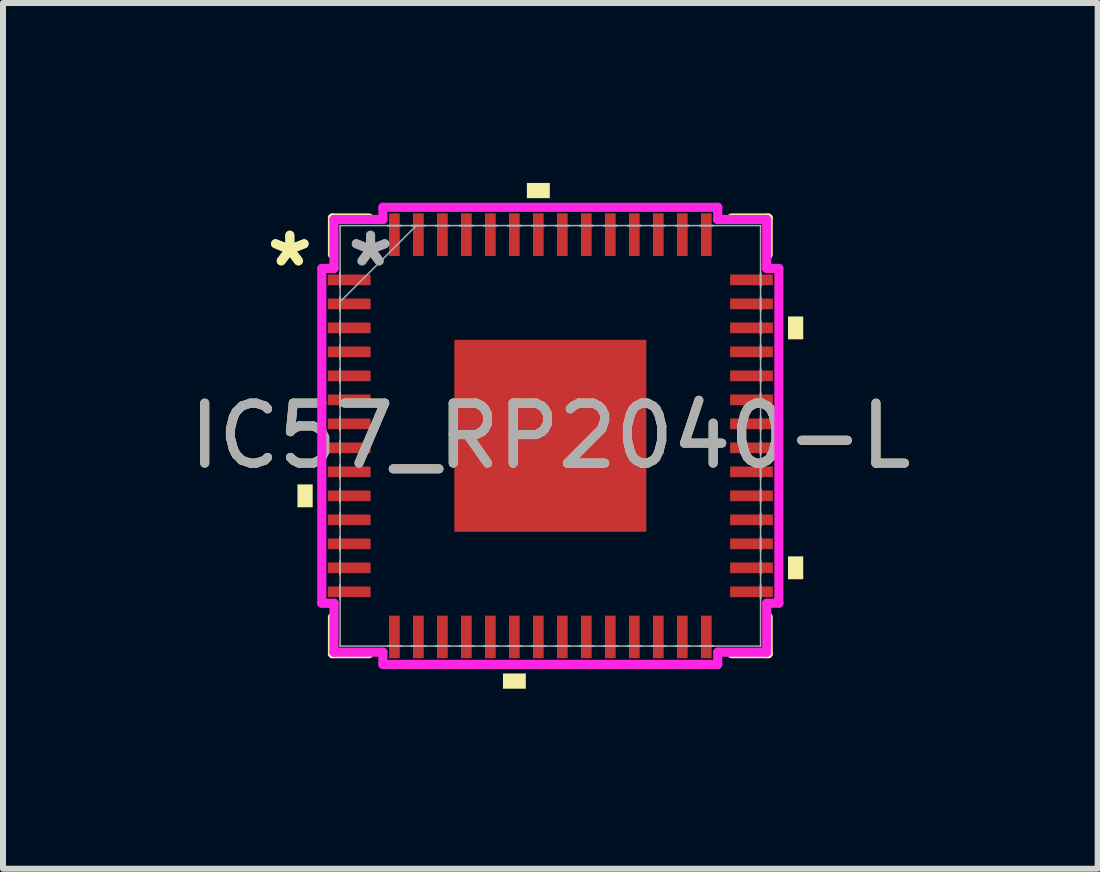
<source format=kicad_pcb>
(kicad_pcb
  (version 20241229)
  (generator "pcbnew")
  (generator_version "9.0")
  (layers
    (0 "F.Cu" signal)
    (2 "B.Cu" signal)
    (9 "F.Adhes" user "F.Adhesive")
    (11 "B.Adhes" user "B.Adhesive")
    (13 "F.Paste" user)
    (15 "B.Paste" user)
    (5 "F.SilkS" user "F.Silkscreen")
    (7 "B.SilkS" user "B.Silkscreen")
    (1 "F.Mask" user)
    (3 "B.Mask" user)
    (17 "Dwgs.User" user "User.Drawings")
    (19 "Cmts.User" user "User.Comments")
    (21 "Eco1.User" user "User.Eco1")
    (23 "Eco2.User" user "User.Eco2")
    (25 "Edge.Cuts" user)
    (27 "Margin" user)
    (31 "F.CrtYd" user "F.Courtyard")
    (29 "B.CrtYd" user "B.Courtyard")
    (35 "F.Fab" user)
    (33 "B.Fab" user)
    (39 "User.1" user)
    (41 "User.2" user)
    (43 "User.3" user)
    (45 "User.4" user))
  (footprint "IC57_RP2040-L"
    (layer "F.Cu")
    (at 6.125 4.216)
    (property "Reference" "IC57_RP2040-L" (at 0 0 0) (unlocked yes) (layer "F.SilkS") (effects (font (size 1 1) (thickness 0.15))))
    (attr smd)
    (fp_line (start -3.632 -3.632) (end -3.632 -3.022) (stroke (width 0.152) (type solid)) (layer "F.SilkS"))
    (fp_line (start -3.632 3.022) (end -3.632 3.632) (stroke (width 0.152) (type solid)) (layer "F.SilkS"))
    (fp_line (start -3.632 3.632) (end -3.022 3.632) (stroke (width 0.152) (type solid)) (layer "F.SilkS"))
    (fp_line (start -3.022 -3.632) (end -3.632 -3.632) (stroke (width 0.152) (type solid)) (layer "F.SilkS"))
    (fp_line (start 3.022 3.632) (end 3.632 3.632) (stroke (width 0.152) (type solid)) (layer "F.SilkS"))
    (fp_line (start 3.632 -3.632) (end 3.022 -3.632) (stroke (width 0.152) (type solid)) (layer "F.SilkS"))
    (fp_line (start 3.632 -3.022) (end 3.632 -3.632) (stroke (width 0.152) (type solid)) (layer "F.SilkS"))
    (fp_line (start 3.632 3.632) (end 3.632 3.022) (stroke (width 0.152) (type solid)) (layer "F.SilkS"))
    (fp_poly (pts (xy -4.216 0.81) (xy -4.216 1.191) (xy -3.962 1.191) (xy -3.962 0.81)) (stroke (width 0) (type solid)) (fill yes) (layer "F.SilkS"))
    (fp_poly (pts (xy -0.79 3.962) (xy -0.79 4.216) (xy -0.409 4.216) (xy -0.409 3.962)) (stroke (width 0) (type solid)) (fill yes) (layer "F.SilkS"))
    (fp_poly (pts (xy -0.391 -3.962) (xy -0.391 -4.216) (xy -0.009 -4.216) (xy -0.009 -3.962)) (stroke (width 0) (type solid)) (fill yes) (layer "F.SilkS"))
    (fp_poly (pts (xy 4.216 -1.99) (xy 4.216 -1.609) (xy 3.962 -1.609) (xy 3.962 -1.99)) (stroke (width 0) (type solid)) (fill yes) (layer "F.SilkS"))
    (fp_poly (pts (xy 4.216 2.01) (xy 4.216 2.391) (xy 3.962 2.391) (xy 3.962 2.01)) (stroke (width 0) (type solid)) (fill yes) (layer "F.SilkS"))
    (fp_poly (pts (xy -1.5 -1.5) (xy -1.5 -0.1) (xy -0.1 -0.1) (xy -0.1 -1.5)) (stroke (width 0) (type solid)) (fill yes) (layer "F.Paste"))
    (fp_poly (pts (xy -1.5 0.1) (xy -1.5 1.5) (xy -0.1 1.5) (xy -0.1 0.1)) (stroke (width 0) (type solid)) (fill yes) (layer "F.Paste"))
    (fp_poly (pts (xy 0.1 -1.5) (xy 0.1 -0.1) (xy 1.5 -0.1) (xy 1.5 -1.5)) (stroke (width 0) (type solid)) (fill yes) (layer "F.Paste"))
    (fp_poly (pts (xy 0.1 0.1) (xy 0.1 1.5) (xy 1.5 1.5) (xy 1.5 0.1)) (stroke (width 0) (type solid)) (fill yes) (layer "F.Paste"))
    (fp_line (start -3.81 -2.791) (end -3.607 -2.791) (stroke (width 0.152) (type solid)) (layer "F.CrtYd"))
    (fp_line (start -3.81 2.791) (end -3.81 -2.791) (stroke (width 0.152) (type solid)) (layer "F.CrtYd"))
    (fp_line (start -3.607 -3.607) (end -2.791 -3.607) (stroke (width 0.152) (type solid)) (layer "F.CrtYd"))
    (fp_line (start -3.607 -2.791) (end -3.607 -3.607) (stroke (width 0.152) (type solid)) (layer "F.CrtYd"))
    (fp_line (start -3.607 2.791) (end -3.81 2.791) (stroke (width 0.152) (type solid)) (layer "F.CrtYd"))
    (fp_line (start -3.607 3.607) (end -3.607 2.791) (stroke (width 0.152) (type solid)) (layer "F.CrtYd"))
    (fp_line (start -2.791 -3.81) (end 2.791 -3.81) (stroke (width 0.152) (type solid)) (layer "F.CrtYd"))
    (fp_line (start -2.791 -3.607) (end -2.791 -3.81) (stroke (width 0.152) (type solid)) (layer "F.CrtYd"))
    (fp_line (start -2.791 3.607) (end -3.607 3.607) (stroke (width 0.152) (type solid)) (layer "F.CrtYd"))
    (fp_line (start -2.791 3.81) (end -2.791 3.607) (stroke (width 0.152) (type solid)) (layer "F.CrtYd"))
    (fp_line (start 2.791 -3.81) (end 2.791 -3.607) (stroke (width 0.152) (type solid)) (layer "F.CrtYd"))
    (fp_line (start 2.791 -3.607) (end 3.607 -3.607) (stroke (width 0.152) (type solid)) (layer "F.CrtYd"))
    (fp_line (start 2.791 3.607) (end 2.791 3.81) (stroke (width 0.152) (type solid)) (layer "F.CrtYd"))
    (fp_line (start 2.791 3.81) (end -2.791 3.81) (stroke (width 0.152) (type solid)) (layer "F.CrtYd"))
    (fp_line (start 3.607 -3.607) (end 3.607 -2.791) (stroke (width 0.152) (type solid)) (layer "F.CrtYd"))
    (fp_line (start 3.607 -2.791) (end 3.81 -2.791) (stroke (width 0.152) (type solid)) (layer "F.CrtYd"))
    (fp_line (start 3.607 2.791) (end 3.607 3.607) (stroke (width 0.152) (type solid)) (layer "F.CrtYd"))
    (fp_line (start 3.607 3.607) (end 2.791 3.607) (stroke (width 0.152) (type solid)) (layer "F.CrtYd"))
    (fp_line (start 3.81 -2.791) (end 3.81 2.791) (stroke (width 0.152) (type solid)) (layer "F.CrtYd"))
    (fp_line (start 3.81 2.791) (end 3.607 2.791) (stroke (width 0.152) (type solid)) (layer "F.CrtYd"))
    (fp_line (start -3.505 -3.505) (end -3.505 -3.505) (stroke (width 0.025) (type solid)) (layer "F.Fab"))
    (fp_line (start -3.505 -3.505) (end -3.505 3.505) (stroke (width 0.025) (type solid)) (layer "F.Fab"))
    (fp_line (start -3.505 -2.714) (end -3.505 -2.714) (stroke (width 0.025) (type solid)) (layer "F.Fab"))
    (fp_line (start -3.505 -2.714) (end -3.505 -2.486) (stroke (width 0.025) (type solid)) (layer "F.Fab"))
    (fp_line (start -3.505 -2.486) (end -3.505 -2.714) (stroke (width 0.025) (type solid)) (layer "F.Fab"))
    (fp_line (start -3.505 -2.486) (end -3.505 -2.486) (stroke (width 0.025) (type solid)) (layer "F.Fab"))
    (fp_line (start -3.505 -2.314) (end -3.505 -2.314) (stroke (width 0.025) (type solid)) (layer "F.Fab"))
    (fp_line (start -3.505 -2.314) (end -3.505 -2.086) (stroke (width 0.025) (type solid)) (layer "F.Fab"))
    (fp_line (start -3.505 -2.235) (end -2.235 -3.505) (stroke (width 0.025) (type solid)) (layer "F.Fab"))
    (fp_line (start -3.505 -2.086) (end -3.505 -2.314) (stroke (width 0.025) (type solid)) (layer "F.Fab"))
    (fp_line (start -3.505 -2.086) (end -3.505 -2.086) (stroke (width 0.025) (type solid)) (layer "F.Fab"))
    (fp_line (start -3.505 -1.914) (end -3.505 -1.914) (stroke (width 0.025) (type solid)) (layer "F.Fab"))
    (fp_line (start -3.505 -1.914) (end -3.505 -1.686) (stroke (width 0.025) (type solid)) (layer "F.Fab"))
    (fp_line (start -3.505 -1.686) (end -3.505 -1.914) (stroke (width 0.025) (type solid)) (layer "F.Fab"))
    (fp_line (start -3.505 -1.686) (end -3.505 -1.686) (stroke (width 0.025) (type solid)) (layer "F.Fab"))
    (fp_line (start -3.505 -1.514) (end -3.505 -1.514) (stroke (width 0.025) (type solid)) (layer "F.Fab"))
    (fp_line (start -3.505 -1.514) (end -3.505 -1.286) (stroke (width 0.025) (type solid)) (layer "F.Fab"))
    (fp_line (start -3.505 -1.286) (end -3.505 -1.514) (stroke (width 0.025) (type solid)) (layer "F.Fab"))
    (fp_line (start -3.505 -1.286) (end -3.505 -1.286) (stroke (width 0.025) (type solid)) (layer "F.Fab"))
    (fp_line (start -3.505 -1.114) (end -3.505 -1.114) (stroke (width 0.025) (type solid)) (layer "F.Fab"))
    (fp_line (start -3.505 -1.114) (end -3.505 -0.886) (stroke (width 0.025) (type solid)) (layer "F.Fab"))
    (fp_line (start -3.505 -0.886) (end -3.505 -1.114) (stroke (width 0.025) (type solid)) (layer "F.Fab"))
    (fp_line (start -3.505 -0.886) (end -3.505 -0.886) (stroke (width 0.025) (type solid)) (layer "F.Fab"))
    (fp_line (start -3.505 -0.714) (end -3.505 -0.714) (stroke (width 0.025) (type solid)) (layer "F.Fab"))
    (fp_line (start -3.505 -0.714) (end -3.505 -0.486) (stroke (width 0.025) (type solid)) (layer "F.Fab"))
    (fp_line (start -3.505 -0.486) (end -3.505 -0.714) (stroke (width 0.025) (type solid)) (layer "F.Fab"))
    (fp_line (start -3.505 -0.486) (end -3.505 -0.486) (stroke (width 0.025) (type solid)) (layer "F.Fab"))
    (fp_line (start -3.505 -0.314) (end -3.505 -0.314) (stroke (width 0.025) (type solid)) (layer "F.Fab"))
    (fp_line (start -3.505 -0.314) (end -3.505 -0.086) (stroke (width 0.025) (type solid)) (layer "F.Fab"))
    (fp_line (start -3.505 -0.086) (end -3.505 -0.314) (stroke (width 0.025) (type solid)) (layer "F.Fab"))
    (fp_line (start -3.505 -0.086) (end -3.505 -0.086) (stroke (width 0.025) (type solid)) (layer "F.Fab"))
    (fp_line (start -3.505 0.086) (end -3.505 0.086) (stroke (width 0.025) (type solid)) (layer "F.Fab"))
    (fp_line (start -3.505 0.086) (end -3.505 0.314) (stroke (width 0.025) (type solid)) (layer "F.Fab"))
    (fp_line (start -3.505 0.314) (end -3.505 0.086) (stroke (width 0.025) (type solid)) (layer "F.Fab"))
    (fp_line (start -3.505 0.314) (end -3.505 0.314) (stroke (width 0.025) (type solid)) (layer "F.Fab"))
    (fp_line (start -3.505 0.486) (end -3.505 0.486) (stroke (width 0.025) (type solid)) (layer "F.Fab"))
    (fp_line (start -3.505 0.486) (end -3.505 0.714) (stroke (width 0.025) (type solid)) (layer "F.Fab"))
    (fp_line (start -3.505 0.714) (end -3.505 0.486) (stroke (width 0.025) (type solid)) (layer "F.Fab"))
    (fp_line (start -3.505 0.714) (end -3.505 0.714) (stroke (width 0.025) (type solid)) (layer "F.Fab"))
    (fp_line (start -3.505 0.886) (end -3.505 0.886) (stroke (width 0.025) (type solid)) (layer "F.Fab"))
    (fp_line (start -3.505 0.886) (end -3.505 1.114) (stroke (width 0.025) (type solid)) (layer "F.Fab"))
    (fp_line (start -3.505 1.114) (end -3.505 0.886) (stroke (width 0.025) (type solid)) (layer "F.Fab"))
    (fp_line (start -3.505 1.114) (end -3.505 1.114) (stroke (width 0.025) (type solid)) (layer "F.Fab"))
    (fp_line (start -3.505 1.286) (end -3.505 1.286) (stroke (width 0.025) (type solid)) (layer "F.Fab"))
    (fp_line (start -3.505 1.286) (end -3.505 1.514) (stroke (width 0.025) (type solid)) (layer "F.Fab"))
    (fp_line (start -3.505 1.514) (end -3.505 1.286) (stroke (width 0.025) (type solid)) (layer "F.Fab"))
    (fp_line (start -3.505 1.514) (end -3.505 1.514) (stroke (width 0.025) (type solid)) (layer "F.Fab"))
    (fp_line (start -3.505 1.686) (end -3.505 1.686) (stroke (width 0.025) (type solid)) (layer "F.Fab"))
    (fp_line (start -3.505 1.686) (end -3.505 1.914) (stroke (width 0.025) (type solid)) (layer "F.Fab"))
    (fp_line (start -3.505 1.914) (end -3.505 1.686) (stroke (width 0.025) (type solid)) (layer "F.Fab"))
    (fp_line (start -3.505 1.914) (end -3.505 1.914) (stroke (width 0.025) (type solid)) (layer "F.Fab"))
    (fp_line (start -3.505 2.086) (end -3.505 2.086) (stroke (width 0.025) (type solid)) (layer "F.Fab"))
    (fp_line (start -3.505 2.086) (end -3.505 2.314) (stroke (width 0.025) (type solid)) (layer "F.Fab"))
    (fp_line (start -3.505 2.314) (end -3.505 2.086) (stroke (width 0.025) (type solid)) (layer "F.Fab"))
    (fp_line (start -3.505 2.314) (end -3.505 2.314) (stroke (width 0.025) (type solid)) (layer "F.Fab"))
    (fp_line (start -3.505 2.486) (end -3.505 2.486) (stroke (width 0.025) (type solid)) (layer "F.Fab"))
    (fp_line (start -3.505 2.486) (end -3.505 2.714) (stroke (width 0.025) (type solid)) (layer "F.Fab"))
    (fp_line (start -3.505 2.714) (end -3.505 2.486) (stroke (width 0.025) (type solid)) (layer "F.Fab"))
    (fp_line (start -3.505 2.714) (end -3.505 2.714) (stroke (width 0.025) (type solid)) (layer "F.Fab"))
    (fp_line (start -3.505 3.505) (end -3.505 3.505) (stroke (width 0.025) (type solid)) (layer "F.Fab"))
    (fp_line (start -3.505 3.505) (end 3.505 3.505) (stroke (width 0.025) (type solid)) (layer "F.Fab"))
    (fp_line (start -2.714 -3.505) (end -2.714 -3.505) (stroke (width 0.025) (type solid)) (layer "F.Fab"))
    (fp_line (start -2.714 -3.505) (end -2.486 -3.505) (stroke (width 0.025) (type solid)) (layer "F.Fab"))
    (fp_line (start -2.714 3.505) (end -2.714 3.505) (stroke (width 0.025) (type solid)) (layer "F.Fab"))
    (fp_line (start -2.714 3.505) (end -2.486 3.505) (stroke (width 0.025) (type solid)) (layer "F.Fab"))
    (fp_line (start -2.486 -3.505) (end -2.714 -3.505) (stroke (width 0.025) (type solid)) (layer "F.Fab"))
    (fp_line (start -2.486 -3.505) (end -2.486 -3.505) (stroke (width 0.025) (type solid)) (layer "F.Fab"))
    (fp_line (start -2.486 3.505) (end -2.714 3.505) (stroke (width 0.025) (type solid)) (layer "F.Fab"))
    (fp_line (start -2.486 3.505) (end -2.486 3.505) (stroke (width 0.025) (type solid)) (layer "F.Fab"))
    (fp_line (start -2.314 -3.505) (end -2.314 -3.505) (stroke (width 0.025) (type solid)) (layer "F.Fab"))
    (fp_line (start -2.314 -3.505) (end -2.086 -3.505) (stroke (width 0.025) (type solid)) (layer "F.Fab"))
    (fp_line (start -2.314 3.505) (end -2.314 3.505) (stroke (width 0.025) (type solid)) (layer "F.Fab"))
    (fp_line (start -2.314 3.505) (end -2.086 3.505) (stroke (width 0.025) (type solid)) (layer "F.Fab"))
    (fp_line (start -2.086 -3.505) (end -2.314 -3.505) (stroke (width 0.025) (type solid)) (layer "F.Fab"))
    (fp_line (start -2.086 -3.505) (end -2.086 -3.505) (stroke (width 0.025) (type solid)) (layer "F.Fab"))
    (fp_line (start -2.086 3.505) (end -2.314 3.505) (stroke (width 0.025) (type solid)) (layer "F.Fab"))
    (fp_line (start -2.086 3.505) (end -2.086 3.505) (stroke (width 0.025) (type solid)) (layer "F.Fab"))
    (fp_line (start -1.914 -3.505) (end -1.914 -3.505) (stroke (width 0.025) (type solid)) (layer "F.Fab"))
    (fp_line (start -1.914 -3.505) (end -1.686 -3.505) (stroke (width 0.025) (type solid)) (layer "F.Fab"))
    (fp_line (start -1.914 3.505) (end -1.914 3.505) (stroke (width 0.025) (type solid)) (layer "F.Fab"))
    (fp_line (start -1.914 3.505) (end -1.686 3.505) (stroke (width 0.025) (type solid)) (layer "F.Fab"))
    (fp_line (start -1.686 -3.505) (end -1.914 -3.505) (stroke (width 0.025) (type solid)) (layer "F.Fab"))
    (fp_line (start -1.686 -3.505) (end -1.686 -3.505) (stroke (width 0.025) (type solid)) (layer "F.Fab"))
    (fp_line (start -1.686 3.505) (end -1.914 3.505) (stroke (width 0.025) (type solid)) (layer "F.Fab"))
    (fp_line (start -1.686 3.505) (end -1.686 3.505) (stroke (width 0.025) (type solid)) (layer "F.Fab"))
    (fp_line (start -1.514 -3.505) (end -1.514 -3.505) (stroke (width 0.025) (type solid)) (layer "F.Fab"))
    (fp_line (start -1.514 -3.505) (end -1.286 -3.505) (stroke (width 0.025) (type solid)) (layer "F.Fab"))
    (fp_line (start -1.514 3.505) (end -1.514 3.505) (stroke (width 0.025) (type solid)) (layer "F.Fab"))
    (fp_line (start -1.514 3.505) (end -1.286 3.505) (stroke (width 0.025) (type solid)) (layer "F.Fab"))
    (fp_line (start -1.286 -3.505) (end -1.514 -3.505) (stroke (width 0.025) (type solid)) (layer "F.Fab"))
    (fp_line (start -1.286 -3.505) (end -1.286 -3.505) (stroke (width 0.025) (type solid)) (layer "F.Fab"))
    (fp_line (start -1.286 3.505) (end -1.514 3.505) (stroke (width 0.025) (type solid)) (layer "F.Fab"))
    (fp_line (start -1.286 3.505) (end -1.286 3.505) (stroke (width 0.025) (type solid)) (layer "F.Fab"))
    (fp_line (start -1.114 -3.505) (end -1.114 -3.505) (stroke (width 0.025) (type solid)) (layer "F.Fab"))
    (fp_line (start -1.114 -3.505) (end -0.886 -3.505) (stroke (width 0.025) (type solid)) (layer "F.Fab"))
    (fp_line (start -1.114 3.505) (end -1.114 3.505) (stroke (width 0.025) (type solid)) (layer "F.Fab"))
    (fp_line (start -1.114 3.505) (end -0.886 3.505) (stroke (width 0.025) (type solid)) (layer "F.Fab"))
    (fp_line (start -0.886 -3.505) (end -1.114 -3.505) (stroke (width 0.025) (type solid)) (layer "F.Fab"))
    (fp_line (start -0.886 -3.505) (end -0.886 -3.505) (stroke (width 0.025) (type solid)) (layer "F.Fab"))
    (fp_line (start -0.886 3.505) (end -1.114 3.505) (stroke (width 0.025) (type solid)) (layer "F.Fab"))
    (fp_line (start -0.886 3.505) (end -0.886 3.505) (stroke (width 0.025) (type solid)) (layer "F.Fab"))
    (fp_line (start -0.714 -3.505) (end -0.714 -3.505) (stroke (width 0.025) (type solid)) (layer "F.Fab"))
    (fp_line (start -0.714 -3.505) (end -0.486 -3.505) (stroke (width 0.025) (type solid)) (layer "F.Fab"))
    (fp_line (start -0.714 3.505) (end -0.714 3.505) (stroke (width 0.025) (type solid)) (layer "F.Fab"))
    (fp_line (start -0.714 3.505) (end -0.486 3.505) (stroke (width 0.025) (type solid)) (layer "F.Fab"))
    (fp_line (start -0.486 -3.505) (end -0.714 -3.505) (stroke (width 0.025) (type solid)) (layer "F.Fab"))
    (fp_line (start -0.486 -3.505) (end -0.486 -3.505) (stroke (width 0.025) (type solid)) (layer "F.Fab"))
    (fp_line (start -0.486 3.505) (end -0.714 3.505) (stroke (width 0.025) (type solid)) (layer "F.Fab"))
    (fp_line (start -0.486 3.505) (end -0.486 3.505) (stroke (width 0.025) (type solid)) (layer "F.Fab"))
    (fp_line (start -0.314 -3.505) (end -0.314 -3.505) (stroke (width 0.025) (type solid)) (layer "F.Fab"))
    (fp_line (start -0.314 -3.505) (end -0.086 -3.505) (stroke (width 0.025) (type solid)) (layer "F.Fab"))
    (fp_line (start -0.314 3.505) (end -0.314 3.505) (stroke (width 0.025) (type solid)) (layer "F.Fab"))
    (fp_line (start -0.314 3.505) (end -0.086 3.505) (stroke (width 0.025) (type solid)) (layer "F.Fab"))
    (fp_line (start -0.086 -3.505) (end -0.314 -3.505) (stroke (width 0.025) (type solid)) (layer "F.Fab"))
    (fp_line (start -0.086 -3.505) (end -0.086 -3.505) (stroke (width 0.025) (type solid)) (layer "F.Fab"))
    (fp_line (start -0.086 3.505) (end -0.314 3.505) (stroke (width 0.025) (type solid)) (layer "F.Fab"))
    (fp_line (start -0.086 3.505) (end -0.086 3.505) (stroke (width 0.025) (type solid)) (layer "F.Fab"))
    (fp_line (start 0.086 -3.505) (end 0.086 -3.505) (stroke (width 0.025) (type solid)) (layer "F.Fab"))
    (fp_line (start 0.086 -3.505) (end 0.314 -3.505) (stroke (width 0.025) (type solid)) (layer "F.Fab"))
    (fp_line (start 0.086 3.505) (end 0.086 3.505) (stroke (width 0.025) (type solid)) (layer "F.Fab"))
    (fp_line (start 0.086 3.505) (end 0.314 3.505) (stroke (width 0.025) (type solid)) (layer "F.Fab"))
    (fp_line (start 0.314 -3.505) (end 0.086 -3.505) (stroke (width 0.025) (type solid)) (layer "F.Fab"))
    (fp_line (start 0.314 -3.505) (end 0.314 -3.505) (stroke (width 0.025) (type solid)) (layer "F.Fab"))
    (fp_line (start 0.314 3.505) (end 0.086 3.505) (stroke (width 0.025) (type solid)) (layer "F.Fab"))
    (fp_line (start 0.314 3.505) (end 0.314 3.505) (stroke (width 0.025) (type solid)) (layer "F.Fab"))
    (fp_line (start 0.486 -3.505) (end 0.486 -3.505) (stroke (width 0.025) (type solid)) (layer "F.Fab"))
    (fp_line (start 0.486 -3.505) (end 0.714 -3.505) (stroke (width 0.025) (type solid)) (layer "F.Fab"))
    (fp_line (start 0.486 3.505) (end 0.486 3.505) (stroke (width 0.025) (type solid)) (layer "F.Fab"))
    (fp_line (start 0.486 3.505) (end 0.714 3.505) (stroke (width 0.025) (type solid)) (layer "F.Fab"))
    (fp_line (start 0.714 -3.505) (end 0.486 -3.505) (stroke (width 0.025) (type solid)) (layer "F.Fab"))
    (fp_line (start 0.714 -3.505) (end 0.714 -3.505) (stroke (width 0.025) (type solid)) (layer "F.Fab"))
    (fp_line (start 0.714 3.505) (end 0.486 3.505) (stroke (width 0.025) (type solid)) (layer "F.Fab"))
    (fp_line (start 0.714 3.505) (end 0.714 3.505) (stroke (width 0.025) (type solid)) (layer "F.Fab"))
    (fp_line (start 0.886 -3.505) (end 0.886 -3.505) (stroke (width 0.025) (type solid)) (layer "F.Fab"))
    (fp_line (start 0.886 -3.505) (end 1.114 -3.505) (stroke (width 0.025) (type solid)) (layer "F.Fab"))
    (fp_line (start 0.886 3.505) (end 0.886 3.505) (stroke (width 0.025) (type solid)) (layer "F.Fab"))
    (fp_line (start 0.886 3.505) (end 1.114 3.505) (stroke (width 0.025) (type solid)) (layer "F.Fab"))
    (fp_line (start 1.114 -3.505) (end 0.886 -3.505) (stroke (width 0.025) (type solid)) (layer "F.Fab"))
    (fp_line (start 1.114 -3.505) (end 1.114 -3.505) (stroke (width 0.025) (type solid)) (layer "F.Fab"))
    (fp_line (start 1.114 3.505) (end 0.886 3.505) (stroke (width 0.025) (type solid)) (layer "F.Fab"))
    (fp_line (start 1.114 3.505) (end 1.114 3.505) (stroke (width 0.025) (type solid)) (layer "F.Fab"))
    (fp_line (start 1.286 -3.505) (end 1.286 -3.505) (stroke (width 0.025) (type solid)) (layer "F.Fab"))
    (fp_line (start 1.286 -3.505) (end 1.514 -3.505) (stroke (width 0.025) (type solid)) (layer "F.Fab"))
    (fp_line (start 1.286 3.505) (end 1.286 3.505) (stroke (width 0.025) (type solid)) (layer "F.Fab"))
    (fp_line (start 1.286 3.505) (end 1.514 3.505) (stroke (width 0.025) (type solid)) (layer "F.Fab"))
    (fp_line (start 1.514 -3.505) (end 1.286 -3.505) (stroke (width 0.025) (type solid)) (layer "F.Fab"))
    (fp_line (start 1.514 -3.505) (end 1.514 -3.505) (stroke (width 0.025) (type solid)) (layer "F.Fab"))
    (fp_line (start 1.514 3.505) (end 1.286 3.505) (stroke (width 0.025) (type solid)) (layer "F.Fab"))
    (fp_line (start 1.514 3.505) (end 1.514 3.505) (stroke (width 0.025) (type solid)) (layer "F.Fab"))
    (fp_line (start 1.686 -3.505) (end 1.686 -3.505) (stroke (width 0.025) (type solid)) (layer "F.Fab"))
    (fp_line (start 1.686 -3.505) (end 1.914 -3.505) (stroke (width 0.025) (type solid)) (layer "F.Fab"))
    (fp_line (start 1.686 3.505) (end 1.686 3.505) (stroke (width 0.025) (type solid)) (layer "F.Fab"))
    (fp_line (start 1.686 3.505) (end 1.914 3.505) (stroke (width 0.025) (type solid)) (layer "F.Fab"))
    (fp_line (start 1.914 -3.505) (end 1.686 -3.505) (stroke (width 0.025) (type solid)) (layer "F.Fab"))
    (fp_line (start 1.914 -3.505) (end 1.914 -3.505) (stroke (width 0.025) (type solid)) (layer "F.Fab"))
    (fp_line (start 1.914 3.505) (end 1.686 3.505) (stroke (width 0.025) (type solid)) (layer "F.Fab"))
    (fp_line (start 1.914 3.505) (end 1.914 3.505) (stroke (width 0.025) (type solid)) (layer "F.Fab"))
    (fp_line (start 2.086 -3.505) (end 2.086 -3.505) (stroke (width 0.025) (type solid)) (layer "F.Fab"))
    (fp_line (start 2.086 -3.505) (end 2.314 -3.505) (stroke (width 0.025) (type solid)) (layer "F.Fab"))
    (fp_line (start 2.086 3.505) (end 2.086 3.505) (stroke (width 0.025) (type solid)) (layer "F.Fab"))
    (fp_line (start 2.086 3.505) (end 2.314 3.505) (stroke (width 0.025) (type solid)) (layer "F.Fab"))
    (fp_line (start 2.314 -3.505) (end 2.086 -3.505) (stroke (width 0.025) (type solid)) (layer "F.Fab"))
    (fp_line (start 2.314 -3.505) (end 2.314 -3.505) (stroke (width 0.025) (type solid)) (layer "F.Fab"))
    (fp_line (start 2.314 3.505) (end 2.086 3.505) (stroke (width 0.025) (type solid)) (layer "F.Fab"))
    (fp_line (start 2.314 3.505) (end 2.314 3.505) (stroke (width 0.025) (type solid)) (layer "F.Fab"))
    (fp_line (start 2.486 -3.505) (end 2.486 -3.505) (stroke (width 0.025) (type solid)) (layer "F.Fab"))
    (fp_line (start 2.486 -3.505) (end 2.714 -3.505) (stroke (width 0.025) (type solid)) (layer "F.Fab"))
    (fp_line (start 2.486 3.505) (end 2.486 3.505) (stroke (width 0.025) (type solid)) (layer "F.Fab"))
    (fp_line (start 2.486 3.505) (end 2.714 3.505) (stroke (width 0.025) (type solid)) (layer "F.Fab"))
    (fp_line (start 2.714 -3.505) (end 2.486 -3.505) (stroke (width 0.025) (type solid)) (layer "F.Fab"))
    (fp_line (start 2.714 -3.505) (end 2.714 -3.505) (stroke (width 0.025) (type solid)) (layer "F.Fab"))
    (fp_line (start 2.714 3.505) (end 2.486 3.505) (stroke (width 0.025) (type solid)) (layer "F.Fab"))
    (fp_line (start 2.714 3.505) (end 2.714 3.505) (stroke (width 0.025) (type solid)) (layer "F.Fab"))
    (fp_line (start 3.505 -3.505) (end -3.505 -3.505) (stroke (width 0.025) (type solid)) (layer "F.Fab"))
    (fp_line (start 3.505 -3.505) (end 3.505 -3.505) (stroke (width 0.025) (type solid)) (layer "F.Fab"))
    (fp_line (start 3.505 -2.714) (end 3.505 -2.714) (stroke (width 0.025) (type solid)) (layer "F.Fab"))
    (fp_line (start 3.505 -2.714) (end 3.505 -2.486) (stroke (width 0.025) (type solid)) (layer "F.Fab"))
    (fp_line (start 3.505 -2.486) (end 3.505 -2.714) (stroke (width 0.025) (type solid)) (layer "F.Fab"))
    (fp_line (start 3.505 -2.486) (end 3.505 -2.486) (stroke (width 0.025) (type solid)) (layer "F.Fab"))
    (fp_line (start 3.505 -2.314) (end 3.505 -2.314) (stroke (width 0.025) (type solid)) (layer "F.Fab"))
    (fp_line (start 3.505 -2.314) (end 3.505 -2.086) (stroke (width 0.025) (type solid)) (layer "F.Fab"))
    (fp_line (start 3.505 -2.086) (end 3.505 -2.314) (stroke (width 0.025) (type solid)) (layer "F.Fab"))
    (fp_line (start 3.505 -2.086) (end 3.505 -2.086) (stroke (width 0.025) (type solid)) (layer "F.Fab"))
    (fp_line (start 3.505 -1.914) (end 3.505 -1.914) (stroke (width 0.025) (type solid)) (layer "F.Fab"))
    (fp_line (start 3.505 -1.914) (end 3.505 -1.686) (stroke (width 0.025) (type solid)) (layer "F.Fab"))
    (fp_line (start 3.505 -1.686) (end 3.505 -1.914) (stroke (width 0.025) (type solid)) (layer "F.Fab"))
    (fp_line (start 3.505 -1.686) (end 3.505 -1.686) (stroke (width 0.025) (type solid)) (layer "F.Fab"))
    (fp_line (start 3.505 -1.514) (end 3.505 -1.514) (stroke (width 0.025) (type solid)) (layer "F.Fab"))
    (fp_line (start 3.505 -1.514) (end 3.505 -1.286) (stroke (width 0.025) (type solid)) (layer "F.Fab"))
    (fp_line (start 3.505 -1.286) (end 3.505 -1.514) (stroke (width 0.025) (type solid)) (layer "F.Fab"))
    (fp_line (start 3.505 -1.286) (end 3.505 -1.286) (stroke (width 0.025) (type solid)) (layer "F.Fab"))
    (fp_line (start 3.505 -1.114) (end 3.505 -1.114) (stroke (width 0.025) (type solid)) (layer "F.Fab"))
    (fp_line (start 3.505 -1.114) (end 3.505 -0.886) (stroke (width 0.025) (type solid)) (layer "F.Fab"))
    (fp_line (start 3.505 -0.886) (end 3.505 -1.114) (stroke (width 0.025) (type solid)) (layer "F.Fab"))
    (fp_line (start 3.505 -0.886) (end 3.505 -0.886) (stroke (width 0.025) (type solid)) (layer "F.Fab"))
    (fp_line (start 3.505 -0.714) (end 3.505 -0.714) (stroke (width 0.025) (type solid)) (layer "F.Fab"))
    (fp_line (start 3.505 -0.714) (end 3.505 -0.486) (stroke (width 0.025) (type solid)) (layer "F.Fab"))
    (fp_line (start 3.505 -0.486) (end 3.505 -0.714) (stroke (width 0.025) (type solid)) (layer "F.Fab"))
    (fp_line (start 3.505 -0.486) (end 3.505 -0.486) (stroke (width 0.025) (type solid)) (layer "F.Fab"))
    (fp_line (start 3.505 -0.314) (end 3.505 -0.314) (stroke (width 0.025) (type solid)) (layer "F.Fab"))
    (fp_line (start 3.505 -0.314) (end 3.505 -0.086) (stroke (width 0.025) (type solid)) (layer "F.Fab"))
    (fp_line (start 3.505 -0.086) (end 3.505 -0.314) (stroke (width 0.025) (type solid)) (layer "F.Fab"))
    (fp_line (start 3.505 -0.086) (end 3.505 -0.086) (stroke (width 0.025) (type solid)) (layer "F.Fab"))
    (fp_line (start 3.505 0.086) (end 3.505 0.086) (stroke (width 0.025) (type solid)) (layer "F.Fab"))
    (fp_line (start 3.505 0.086) (end 3.505 0.314) (stroke (width 0.025) (type solid)) (layer "F.Fab"))
    (fp_line (start 3.505 0.314) (end 3.505 0.086) (stroke (width 0.025) (type solid)) (layer "F.Fab"))
    (fp_line (start 3.505 0.314) (end 3.505 0.314) (stroke (width 0.025) (type solid)) (layer "F.Fab"))
    (fp_line (start 3.505 0.486) (end 3.505 0.486) (stroke (width 0.025) (type solid)) (layer "F.Fab"))
    (fp_line (start 3.505 0.486) (end 3.505 0.714) (stroke (width 0.025) (type solid)) (layer "F.Fab"))
    (fp_line (start 3.505 0.714) (end 3.505 0.486) (stroke (width 0.025) (type solid)) (layer "F.Fab"))
    (fp_line (start 3.505 0.714) (end 3.505 0.714) (stroke (width 0.025) (type solid)) (layer "F.Fab"))
    (fp_line (start 3.505 0.886) (end 3.505 0.886) (stroke (width 0.025) (type solid)) (layer "F.Fab"))
    (fp_line (start 3.505 0.886) (end 3.505 1.114) (stroke (width 0.025) (type solid)) (layer "F.Fab"))
    (fp_line (start 3.505 1.114) (end 3.505 0.886) (stroke (width 0.025) (type solid)) (layer "F.Fab"))
    (fp_line (start 3.505 1.114) (end 3.505 1.114) (stroke (width 0.025) (type solid)) (layer "F.Fab"))
    (fp_line (start 3.505 1.286) (end 3.505 1.286) (stroke (width 0.025) (type solid)) (layer "F.Fab"))
    (fp_line (start 3.505 1.286) (end 3.505 1.514) (stroke (width 0.025) (type solid)) (layer "F.Fab"))
    (fp_line (start 3.505 1.514) (end 3.505 1.286) (stroke (width 0.025) (type solid)) (layer "F.Fab"))
    (fp_line (start 3.505 1.514) (end 3.505 1.514) (stroke (width 0.025) (type solid)) (layer "F.Fab"))
    (fp_line (start 3.505 1.686) (end 3.505 1.686) (stroke (width 0.025) (type solid)) (layer "F.Fab"))
    (fp_line (start 3.505 1.686) (end 3.505 1.914) (stroke (width 0.025) (type solid)) (layer "F.Fab"))
    (fp_line (start 3.505 1.914) (end 3.505 1.686) (stroke (width 0.025) (type solid)) (layer "F.Fab"))
    (fp_line (start 3.505 1.914) (end 3.505 1.914) (stroke (width 0.025) (type solid)) (layer "F.Fab"))
    (fp_line (start 3.505 2.086) (end 3.505 2.086) (stroke (width 0.025) (type solid)) (layer "F.Fab"))
    (fp_line (start 3.505 2.086) (end 3.505 2.314) (stroke (width 0.025) (type solid)) (layer "F.Fab"))
    (fp_line (start 3.505 2.314) (end 3.505 2.086) (stroke (width 0.025) (type solid)) (layer "F.Fab"))
    (fp_line (start 3.505 2.314) (end 3.505 2.314) (stroke (width 0.025) (type solid)) (layer "F.Fab"))
    (fp_line (start 3.505 2.486) (end 3.505 2.486) (stroke (width 0.025) (type solid)) (layer "F.Fab"))
    (fp_line (start 3.505 2.486) (end 3.505 2.714) (stroke (width 0.025) (type solid)) (layer "F.Fab"))
    (fp_line (start 3.505 2.714) (end 3.505 2.486) (stroke (width 0.025) (type solid)) (layer "F.Fab"))
    (fp_line (start 3.505 2.714) (end 3.505 2.714) (stroke (width 0.025) (type solid)) (layer "F.Fab"))
    (fp_line (start 3.505 3.505) (end 3.505 -3.505) (stroke (width 0.025) (type solid)) (layer "F.Fab"))
    (fp_line (start 3.505 3.505) (end 3.505 3.505) (stroke (width 0.025) (type solid)) (layer "F.Fab"))
    (fp_text user "*" (at -4.343 -2.8 0) (layer "F.SilkS") (effects (font (size 1 1) (thickness 0.15))))
    (fp_text user "*" (at -4.343 -2.8 0) (unlocked yes) (layer "F.SilkS") (effects (font (size 1 1) (thickness 0.15))))
    (fp_text user "*" (at -2.997 -2.8 0) (unlocked yes) (layer "F.Fab") (effects (font (size 1 1) (thickness 0.15))))
    (fp_text user "*" (at -2.997 -2.8 0) (layer "F.Fab") (effects (font (size 1 1) (thickness 0.15))))
    (fp_text user "${REFERENCE}" (at 0 0 0) (unlocked yes) (layer "F.Fab") (effects (font (size 1 1) (thickness 0.15))))
    (pad "1" smd rect (at -3.353 -2.6 90) (size 0.178 0.711) (layers "F.Cu" "F.Mask" "F.Paste"))
    (pad "2" smd rect (at -3.353 -2.2 90) (size 0.178 0.711) (layers "F.Cu" "F.Mask" "F.Paste"))
    (pad "3" smd rect (at -3.353 -1.8 90) (size 0.178 0.711) (layers "F.Cu" "F.Mask" "F.Paste"))
    (pad "4" smd rect (at -3.353 -1.4 90) (size 0.178 0.711) (layers "F.Cu" "F.Mask" "F.Paste"))
    (pad "5" smd rect (at -3.353 -1 90) (size 0.178 0.711) (layers "F.Cu" "F.Mask" "F.Paste"))
    (pad "6" smd rect (at -3.353 -0.6 90) (size 0.178 0.711) (layers "F.Cu" "F.Mask" "F.Paste"))
    (pad "7" smd rect (at -3.353 -0.2 90) (size 0.178 0.711) (layers "F.Cu" "F.Mask" "F.Paste"))
    (pad "8" smd rect (at -3.353 0.2 90) (size 0.178 0.711) (layers "F.Cu" "F.Mask" "F.Paste"))
    (pad "9" smd rect (at -3.353 0.6 90) (size 0.178 0.711) (layers "F.Cu" "F.Mask" "F.Paste"))
    (pad "10" smd rect (at -3.353 1 90) (size 0.178 0.711) (layers "F.Cu" "F.Mask" "F.Paste"))
    (pad "11" smd rect (at -3.353 1.4 90) (size 0.178 0.711) (layers "F.Cu" "F.Mask" "F.Paste"))
    (pad "12" smd rect (at -3.353 1.8 90) (size 0.178 0.711) (layers "F.Cu" "F.Mask" "F.Paste"))
    (pad "13" smd rect (at -3.353 2.2 90) (size 0.178 0.711) (layers "F.Cu" "F.Mask" "F.Paste"))
    (pad "14" smd rect (at -3.353 2.6 90) (size 0.178 0.711) (layers "F.Cu" "F.Mask" "F.Paste"))
    (pad "15" smd rect (at -2.6 3.353) (size 0.178 0.711) (layers "F.Cu" "F.Mask" "F.Paste"))
    (pad "16" smd rect (at -2.2 3.353) (size 0.178 0.711) (layers "F.Cu" "F.Mask" "F.Paste"))
    (pad "17" smd rect (at -1.8 3.353) (size 0.178 0.711) (layers "F.Cu" "F.Mask" "F.Paste"))
    (pad "18" smd rect (at -1.4 3.353) (size 0.178 0.711) (layers "F.Cu" "F.Mask" "F.Paste"))
    (pad "19" smd rect (at -1 3.353) (size 0.178 0.711) (layers "F.Cu" "F.Mask" "F.Paste"))
    (pad "20" smd rect (at -0.6 3.353) (size 0.178 0.711) (layers "F.Cu" "F.Mask" "F.Paste"))
    (pad "21" smd rect (at -0.2 3.353) (size 0.178 0.711) (layers "F.Cu" "F.Mask" "F.Paste"))
    (pad "22" smd rect (at 0.2 3.353) (size 0.178 0.711) (layers "F.Cu" "F.Mask" "F.Paste"))
    (pad "23" smd rect (at 0.6 3.353) (size 0.178 0.711) (layers "F.Cu" "F.Mask" "F.Paste"))
    (pad "24" smd rect (at 1 3.353) (size 0.178 0.711) (layers "F.Cu" "F.Mask" "F.Paste"))
    (pad "25" smd rect (at 1.4 3.353) (size 0.178 0.711) (layers "F.Cu" "F.Mask" "F.Paste"))
    (pad "26" smd rect (at 1.8 3.353) (size 0.178 0.711) (layers "F.Cu" "F.Mask" "F.Paste"))
    (pad "27" smd rect (at 2.2 3.353) (size 0.178 0.711) (layers "F.Cu" "F.Mask" "F.Paste"))
    (pad "28" smd rect (at 2.6 3.353) (size 0.178 0.711) (layers "F.Cu" "F.Mask" "F.Paste"))
    (pad "29" smd rect (at 3.353 2.6 90) (size 0.178 0.711) (layers "F.Cu" "F.Mask" "F.Paste"))
    (pad "30" smd rect (at 3.353 2.2 90) (size 0.178 0.711) (layers "F.Cu" "F.Mask" "F.Paste"))
    (pad "31" smd rect (at 3.353 1.8 90) (size 0.178 0.711) (layers "F.Cu" "F.Mask" "F.Paste"))
    (pad "32" smd rect (at 3.353 1.4 90) (size 0.178 0.711) (layers "F.Cu" "F.Mask" "F.Paste"))
    (pad "33" smd rect (at 3.353 1 90) (size 0.178 0.711) (layers "F.Cu" "F.Mask" "F.Paste"))
    (pad "34" smd rect (at 3.353 0.6 90) (size 0.178 0.711) (layers "F.Cu" "F.Mask" "F.Paste"))
    (pad "35" smd rect (at 3.353 0.2 90) (size 0.178 0.711) (layers "F.Cu" "F.Mask" "F.Paste"))
    (pad "36" smd rect (at 3.353 -0.2 90) (size 0.178 0.711) (layers "F.Cu" "F.Mask" "F.Paste"))
    (pad "37" smd rect (at 3.353 -0.6 90) (size 0.178 0.711) (layers "F.Cu" "F.Mask" "F.Paste"))
    (pad "38" smd rect (at 3.353 -1 90) (size 0.178 0.711) (layers "F.Cu" "F.Mask" "F.Paste"))
    (pad "39" smd rect (at 3.353 -1.4 90) (size 0.178 0.711) (layers "F.Cu" "F.Mask" "F.Paste"))
    (pad "40" smd rect (at 3.353 -1.8 90) (size 0.178 0.711) (layers "F.Cu" "F.Mask" "F.Paste"))
    (pad "41" smd rect (at 3.353 -2.2 90) (size 0.178 0.711) (layers "F.Cu" "F.Mask" "F.Paste"))
    (pad "42" smd rect (at 3.353 -2.6 90) (size 0.178 0.711) (layers "F.Cu" "F.Mask" "F.Paste"))
    (pad "43" smd rect (at 2.6 -3.353) (size 0.178 0.711) (layers "F.Cu" "F.Mask" "F.Paste"))
    (pad "44" smd rect (at 2.2 -3.353) (size 0.178 0.711) (layers "F.Cu" "F.Mask" "F.Paste"))
    (pad "45" smd rect (at 1.8 -3.353) (size 0.178 0.711) (layers "F.Cu" "F.Mask" "F.Paste"))
    (pad "46" smd rect (at 1.4 -3.353) (size 0.178 0.711) (layers "F.Cu" "F.Mask" "F.Paste"))
    (pad "47" smd rect (at 1 -3.353) (size 0.178 0.711) (layers "F.Cu" "F.Mask" "F.Paste"))
    (pad "48" smd rect (at 0.6 -3.353) (size 0.178 0.711) (layers "F.Cu" "F.Mask" "F.Paste"))
    (pad "49" smd rect (at 0.2 -3.353) (size 0.178 0.711) (layers "F.Cu" "F.Mask" "F.Paste"))
    (pad "50" smd rect (at -0.2 -3.353) (size 0.178 0.711) (layers "F.Cu" "F.Mask" "F.Paste"))
    (pad "51" smd rect (at -0.6 -3.353) (size 0.178 0.711) (layers "F.Cu" "F.Mask" "F.Paste"))
    (pad "52" smd rect (at -1 -3.353) (size 0.178 0.711) (layers "F.Cu" "F.Mask" "F.Paste"))
    (pad "53" smd rect (at -1.4 -3.353) (size 0.178 0.711) (layers "F.Cu" "F.Mask" "F.Paste"))
    (pad "54" smd rect (at -1.8 -3.353) (size 0.178 0.711) (layers "F.Cu" "F.Mask" "F.Paste"))
    (pad "55" smd rect (at -2.2 -3.353) (size 0.178 0.711) (layers "F.Cu" "F.Mask" "F.Paste"))
    (pad "56" smd rect (at -2.6 -3.353) (size 0.178 0.711) (layers "F.Cu" "F.Mask" "F.Paste"))
    (pad "57" smd rect (at 0 0) (size 3.2 3.2) (layers "F.Cu" "F.Mask")))
  (gr_rect
    (start -3 -3)
    (end 15.25 11.433)
    (stroke (width 0.1) (type default))
    (fill no)
    (layer "Edge.Cuts")))
</source>
